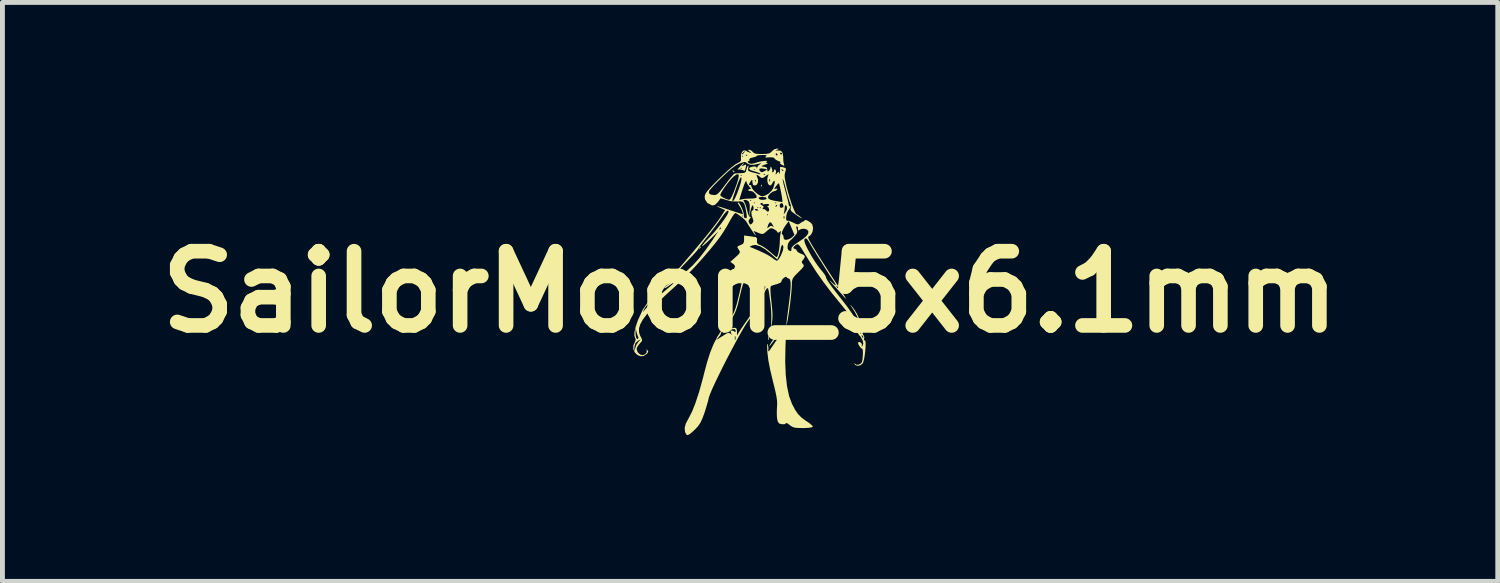
<source format=kicad_pcb>
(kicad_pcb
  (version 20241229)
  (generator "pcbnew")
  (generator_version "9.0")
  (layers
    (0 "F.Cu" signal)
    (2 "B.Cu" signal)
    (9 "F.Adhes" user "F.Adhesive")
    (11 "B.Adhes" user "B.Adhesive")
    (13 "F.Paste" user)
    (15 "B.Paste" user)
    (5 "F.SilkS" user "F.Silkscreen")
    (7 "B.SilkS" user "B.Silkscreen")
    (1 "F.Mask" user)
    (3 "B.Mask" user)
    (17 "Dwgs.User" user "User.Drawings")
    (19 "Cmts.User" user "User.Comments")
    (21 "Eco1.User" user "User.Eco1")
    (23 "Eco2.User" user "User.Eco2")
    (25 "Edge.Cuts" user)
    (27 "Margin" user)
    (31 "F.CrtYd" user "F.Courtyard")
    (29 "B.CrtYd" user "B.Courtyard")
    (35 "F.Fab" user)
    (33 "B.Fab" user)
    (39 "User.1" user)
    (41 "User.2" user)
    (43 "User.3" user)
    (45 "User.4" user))
  (footprint "SailorMoon_5x6.1mm"
    (layer "F.Cu")
    (at 12.344 2.94)
    (property "Reference" "SailorMoon_5x6.1mm" (at 0 0 0) (layer "F.SilkS") (effects (font (size 1.524 1.524) (thickness 0.3))))
    (attr board_only exclude_from_pos_files exclude_from_bom)
    (fp_poly (pts (xy 0.237 -2.198) (xy 0.24 -2.169) (xy 0.237 -2.166) (xy 0.222 -2.169) (xy 0.221 -2.182) (xy 0.23 -2.202)) (stroke (width 0) (type solid)) (fill yes) (layer "F.SilkS"))
    (fp_poly (pts (xy 0.409 0.804) (xy 0.412 0.843) (xy 0.407 0.851) (xy 0.396 0.844) (xy 0.394 0.819) (xy 0.4 0.793)) (stroke (width 0) (type solid)) (fill yes) (layer "F.SilkS"))
    (fp_poly (pts (xy 2.272 0.682) (xy 2.275 0.72) (xy 2.27 0.729) (xy 2.259 0.722) (xy 2.258 0.697) (xy 2.264 0.671)) (stroke (width 0) (type solid)) (fill yes) (layer "F.SilkS"))
    (fp_poly (pts (xy -0.347 -2.491) (xy -0.321 -2.468) (xy -0.319 -2.463) (xy -0.33 -2.452) (xy -0.355 -2.475) (xy -0.358 -2.48) (xy -0.361 -2.497)) (stroke (width 0) (type solid)) (fill yes) (layer "F.SilkS"))
    (fp_poly (pts (xy -1.013 -0.916) (xy -1.017 -0.907) (xy -1.041 -0.884) (xy -1.045 -0.883) (xy -1.047 -0.898) (xy -1.042 -0.907) (xy -1.019 -0.931) (xy -1.015 -0.932)) (stroke (width 0) (type solid)) (fill yes) (layer "F.SilkS"))
    (fp_poly (pts (xy 0.384 0.91) (xy 0.385 0.914) (xy 0.388 0.967) (xy 0.384 0.987) (xy 0.376 0.988) (xy 0.373 0.95) (xy 0.373 0.944) (xy 0.376 0.906)) (stroke (width 0) (type solid)) (fill yes) (layer "F.SilkS"))
    (fp_poly (pts (xy -1.543 -0.221) (xy -1.585 -0.184) (xy -1.628 -0.151) (xy -1.705 -0.099) (xy -1.749 -0.075) (xy -1.765 -0.079) (xy -1.765 -0.082) (xy -1.747 -0.101) (xy -1.702 -0.136) (xy -1.644 -0.176) (xy -1.586 -0.213) (xy -1.544 -0.236) (xy -1.531 -0.24)) (stroke (width 0) (type solid)) (fill yes) (layer "F.SilkS"))
    (fp_poly (pts (xy 2.063 0.27) (xy 2.097 0.308) (xy 2.106 0.319) (xy 2.152 0.382) (xy 2.196 0.457) (xy 2.231 0.532) (xy 2.251 0.593) (xy 2.25 0.627) (xy 2.249 0.627) (xy 2.236 0.616) (xy 2.22 0.571) (xy 2.219 0.566) (xy 2.197 0.504) (xy 2.155 0.423) (xy 2.117 0.362) (xy 2.073 0.294) (xy 2.055 0.265)) (stroke (width 0) (type solid)) (fill yes) (layer "F.SilkS"))
    (fp_poly (pts (xy -0.124 -2.643) (xy -0.148 -2.61) (xy -0.15 -2.607) (xy -0.17 -2.58) (xy -0.156 -2.582) (xy -0.128 -2.596) (xy -0.089 -2.613) (xy -0.08 -2.599) (xy -0.088 -2.557) (xy -0.101 -2.507) (xy -0.108 -2.485) (xy -0.129 -2.49) (xy -0.168 -2.504) (xy -0.222 -2.514) (xy -0.254 -2.508) (xy -0.256 -2.513) (xy -0.237 -2.538) (xy -0.196 -2.538) (xy -0.184 -2.525) (xy -0.172 -2.538) (xy -0.184 -2.55) (xy -0.196 -2.538) (xy -0.237 -2.538) (xy -0.231 -2.545) (xy -0.208 -2.569) (xy -0.159 -2.619) (xy -0.129 -2.645)) (stroke (width 0) (type solid)) (fill yes) (layer "F.SilkS"))
    (fp_poly (pts (xy 0.725 0.752) (xy 0.732 0.773) (xy 0.736 0.819) (xy 0.735 0.895) (xy 0.731 1.009) (xy 0.726 1.131) (xy 0.721 1.433) (xy 0.732 1.705) (xy 0.759 1.941) (xy 0.801 2.139) (xy 0.858 2.293) (xy 0.858 2.295) (xy 0.923 2.418) (xy 0.984 2.508) (xy 1.055 2.58) (xy 1.146 2.647) (xy 1.168 2.661) (xy 1.234 2.708) (xy 1.277 2.748) (xy 1.287 2.771) (xy 1.257 2.782) (xy 1.191 2.791) (xy 1.102 2.795) (xy 1.079 2.795) (xy 0.978 2.793) (xy 0.911 2.786) (xy 0.863 2.768) (xy 0.819 2.738) (xy 0.811 2.732) (xy 0.765 2.698) (xy 0.738 2.691) (xy 0.736 2.696) (xy 0.714 2.715) (xy 0.657 2.717) (xy 0.601 2.704) (xy 0.572 2.67) (xy 0.558 2.623) (xy 0.55 2.553) (xy 0.548 2.457) (xy 0.552 2.375) (xy 0.556 2.305) (xy 0.554 2.236) (xy 0.543 2.157) (xy 0.523 2.058) (xy 0.493 1.93) (xy 0.466 1.823) (xy 0.412 1.598) (xy 0.375 1.404) (xy 0.356 1.248) (xy 0.354 1.226) (xy 0.351 1.128) (xy 0.353 1.075) (xy 0.361 1.069) (xy 0.365 1.079) (xy 0.377 1.151) (xy 0.374 1.201) (xy 0.375 1.224) (xy 0.395 1.208) (xy 0.435 1.15) (xy 0.442 1.14) (xy 0.523 1.02) (xy 0.593 0.928) (xy 0.601 0.919) (xy 0.637 0.919) (xy 0.65 0.932) (xy 0.662 0.919) (xy 0.65 0.907) (xy 0.637 0.919) (xy 0.601 0.919) (xy 0.647 0.869) (xy 0.682 0.846) (xy 0.689 0.847) (xy 0.71 0.844) (xy 0.711 0.836) (xy 0.699 0.801) (xy 0.665 0.806) (xy 0.612 0.851) (xy 0.54 0.932) (xy 0.469 1.027) (xy 0.421 1.09) (xy 0.396 1.115) (xy 0.397 1.101) (xy 0.427 1.049) (xy 0.445 1.021) (xy 0.51 0.935) (xy 0.583 0.853) (xy 0.652 0.787) (xy 0.696 0.755) (xy 0.713 0.748)) (stroke (width 0) (type solid)) (fill yes) (layer "F.SilkS"))
    (fp_poly (pts (xy 0.585 -2.937) (xy 0.575 -2.927) (xy 0.552 -2.916) (xy 0.524 -2.9) (xy 0.539 -2.898) (xy 0.571 -2.902) (xy 0.633 -2.895) (xy 0.669 -2.851) (xy 0.681 -2.766) (xy 0.68 -2.744) (xy 0.684 -2.674) (xy 0.696 -2.62) (xy 0.696 -2.619) (xy 0.704 -2.591) (xy 0.685 -2.592) (xy 0.654 -2.606) (xy 0.615 -2.633) (xy 0.62 -2.652) (xy 0.621 -2.669) (xy 0.583 -2.685) (xy 0.53 -2.709) (xy 0.505 -2.735) (xy 0.475 -2.758) (xy 0.407 -2.762) (xy 0.388 -2.76) (xy 0.327 -2.757) (xy 0.307 -2.763) (xy 0.323 -2.78) (xy 0.325 -2.781) (xy 0.341 -2.799) (xy 0.324 -2.807) (xy 0.266 -2.809) (xy 0.246 -2.809) (xy 0.18 -2.805) (xy 0.141 -2.797) (xy 0.137 -2.792) (xy 0.122 -2.777) (xy 0.074 -2.762) (xy 0.059 -2.759) (xy -0.00015 -2.742) (xy -0.017 -2.717) (xy -0.015 -2.706) (xy -0.014 -2.682) (xy -0.025 -2.685) (xy -0.047 -2.682) (xy -0.049 -2.673) (xy -0.029 -2.64) (xy 0.023 -2.628) (xy 0.093 -2.64) (xy 0.108 -2.646) (xy 0.167 -2.665) (xy 0.234 -2.679) (xy 0.295 -2.688) (xy 0.338 -2.689) (xy 0.352 -2.681) (xy 0.343 -2.672) (xy 0.322 -2.654) (xy 0.346 -2.647) (xy 0.356 -2.646) (xy 0.367 -2.639) (xy 0.336 -2.622) (xy 0.306 -2.612) (xy 0.247 -2.59) (xy 0.236 -2.577) (xy 0.271 -2.569) (xy 0.306 -2.566) (xy 0.346 -2.546) (xy 0.353 -2.511) (xy 0.294 -2.526) (xy 0.227 -2.535) (xy 0.19 -2.524) (xy 0.192 -2.494) (xy 0.199 -2.486) (xy 0.225 -2.458) (xy 0.252 -2.457) (xy 0.301 -2.48) (xy 0.302 -2.481) (xy 0.353 -2.509) (xy 0.354 -2.507) (xy 0.358 -2.471) (xy 0.379 -2.476) (xy 0.384 -2.48) (xy 0.414 -2.525) (xy 0.418 -2.547) (xy 0.421 -2.572) (xy 0.437 -2.555) (xy 0.443 -2.543) (xy 0.458 -2.497) (xy 0.453 -2.476) (xy 0.456 -2.454) (xy 0.464 -2.452) (xy 0.487 -2.472) (xy 0.49 -2.49) (xy 0.503 -2.515) (xy 0.517 -2.512) (xy 0.533 -2.478) (xy 0.53 -2.443) (xy 0.523 -2.407) (xy 0.535 -2.414) (xy 0.551 -2.435) (xy 0.577 -2.466) (xy 0.589 -2.457) (xy 0.596 -2.435) (xy 0.605 -2.42) (xy 0.612 -2.452) (xy 0.613 -2.464) (xy 0.616 -2.518) (xy 0.641 -2.518) (xy 0.647 -2.505) (xy 0.672 -2.478) (xy 0.686 -2.484) (xy 0.686 -2.487) (xy 0.669 -2.508) (xy 0.658 -2.515) (xy 0.641 -2.518) (xy 0.616 -2.518) (xy 0.616 -2.523) (xy 0.615 -2.558) (xy 0.632 -2.565) (xy 0.673 -2.559) (xy 0.716 -2.545) (xy 0.734 -2.534) (xy 0.735 -2.506) (xy 0.72 -2.455) (xy 0.71 -2.409) (xy 0.711 -2.348) (xy 0.726 -2.261) (xy 0.75 -2.153) (xy 0.781 -2.038) (xy 0.817 -1.919) (xy 0.854 -1.805) (xy 0.891 -1.708) (xy 0.923 -1.635) (xy 0.946 -1.597) (xy 0.953 -1.593) (xy 0.981 -1.579) (xy 1.027 -1.544) (xy 1.03 -1.542) (xy 1.062 -1.513) (xy 1.059 -1.508) (xy 1.025 -1.527) (xy 0.965 -1.566) (xy 0.914 -1.602) (xy 0.851 -1.652) (xy 0.829 -1.687) (xy 0.834 -1.705) (xy 0.843 -1.751) (xy 0.823 -1.82) (xy 0.8 -1.884) (xy 0.771 -1.978) (xy 0.742 -2.085) (xy 0.733 -2.118) (xy 0.709 -2.211) (xy 0.688 -2.28) (xy 0.673 -2.317) (xy 0.669 -2.32) (xy 0.671 -2.293) (xy 0.683 -2.23) (xy 0.705 -2.14) (xy 0.725 -2.068) (xy 0.753 -1.962) (xy 0.776 -1.871) (xy 0.79 -1.807) (xy 0.793 -1.785) (xy 0.804 -1.756) (xy 0.814 -1.756) (xy 0.833 -1.759) (xy 0.824 -1.731) (xy 0.79 -1.68) (xy 0.784 -1.673) (xy 0.76 -1.627) (xy 0.745 -1.568) (xy 0.739 -1.511) (xy 0.744 -1.47) (xy 0.761 -1.46) (xy 0.764 -1.461) (xy 0.795 -1.458) (xy 0.853 -1.436) (xy 0.884 -1.421) (xy 0.948 -1.391) (xy 0.987 -1.384) (xy 1.016 -1.398) (xy 1.028 -1.408) (xy 1.074 -1.439) (xy 1.101 -1.447) (xy 1.12 -1.46) (xy 1.117 -1.469) (xy 1.126 -1.477) (xy 1.168 -1.467) (xy 1.175 -1.464) (xy 1.236 -1.428) (xy 1.276 -1.383) (xy 1.293 -1.313) (xy 1.282 -1.235) (xy 1.249 -1.172) (xy 1.223 -1.151) (xy 1.198 -1.134) (xy 1.192 -1.112) (xy 1.208 -1.072) (xy 1.242 -1.01) (xy 1.297 -0.918) (xy 1.374 -0.793) (xy 1.468 -0.643) (xy 1.574 -0.478) (xy 1.686 -0.304) (xy 1.799 -0.13) (xy 1.844 -0.061) (xy 1.906 0.034) (xy 1.947 0.101) (xy 1.966 0.138) (xy 1.961 0.14) (xy 1.946 0.123) (xy 1.883 0.051) (xy 1.803 -0.04) (xy 1.734 -0.116) (xy 1.769 -0.116) (xy 1.775 -0.102) (xy 1.8 -0.076) (xy 1.814 -0.081) (xy 1.814 -0.084) (xy 1.797 -0.105) (xy 1.786 -0.113) (xy 1.769 -0.116) (xy 1.734 -0.116) (xy 1.72 -0.131) (xy 1.705 -0.147) (xy 1.652 -0.206) (xy 1.628 -0.235) (xy 1.636 -0.232) (xy 1.662 -0.21) (xy 1.725 -0.153) (xy 1.757 -0.132) (xy 1.757 -0.149) (xy 1.726 -0.203) (xy 1.694 -0.251) (xy 1.639 -0.334) (xy 1.569 -0.442) (xy 1.491 -0.566) (xy 1.411 -0.693) (xy 1.337 -0.813) (xy 1.274 -0.915) (xy 1.231 -0.989) (xy 1.225 -0.999) (xy 1.18 -1.072) (xy 1.146 -1.1) (xy 1.121 -1.087) (xy 1.113 -1.069) (xy 1.117 -1.026) (xy 1.145 -0.952) (xy 1.192 -0.857) (xy 1.252 -0.749) (xy 1.32 -0.638) (xy 1.392 -0.533) (xy 1.462 -0.443) (xy 1.474 -0.43) (xy 1.52 -0.372) (xy 1.549 -0.325) (xy 1.554 -0.313) (xy 1.563 -0.282) (xy 1.583 -0.242) (xy 1.618 -0.188) (xy 1.671 -0.113) (xy 1.747 -0.013) (xy 1.85 0.119) (xy 1.864 0.136) (xy 1.993 0.303) (xy 2.091 0.441) (xy 2.162 0.556) (xy 2.211 0.653) (xy 2.24 0.741) (xy 2.242 0.747) (xy 2.257 0.792) (xy 2.273 0.794) (xy 2.281 0.783) (xy 2.298 0.769) (xy 2.304 0.798) (xy 2.304 0.814) (xy 2.313 0.868) (xy 2.33 0.895) (xy 2.344 0.928) (xy 2.34 0.961) (xy 2.335 0.996) (xy 2.353 0.994) (xy 2.365 1.006) (xy 2.371 1.054) (xy 2.37 1.128) (xy 2.363 1.216) (xy 2.352 1.307) (xy 2.338 1.388) (xy 2.321 1.448) (xy 2.313 1.466) (xy 2.271 1.503) (xy 2.216 1.517) (xy 2.167 1.507) (xy 2.143 1.477) (xy 2.144 1.462) (xy 2.149 1.47) (xy 2.184 1.496) (xy 2.235 1.492) (xy 2.28 1.466) (xy 2.296 1.44) (xy 2.307 1.39) (xy 2.313 1.322) (xy 2.316 1.252) (xy 2.313 1.196) (xy 2.305 1.167) (xy 2.301 1.167) (xy 2.279 1.156) (xy 2.249 1.12) (xy 2.223 1.075) (xy 2.214 1.042) (xy 2.216 1.037) (xy 2.25 1.029) (xy 2.283 1.051) (xy 2.296 1.088) (xy 2.293 1.097) (xy 2.287 1.125) (xy 2.306 1.112) (xy 2.306 1.111) (xy 2.324 1.062) (xy 2.31 0.994) (xy 2.268 0.921) (xy 2.24 0.89) (xy 2.237 0.885) (xy 2.287 0.885) (xy 2.292 0.91) (xy 2.294 0.914) (xy 2.313 0.944) (xy 2.324 0.945) (xy 2.322 0.919) (xy 2.308 0.901) (xy 2.287 0.885) (xy 2.237 0.885) (xy 2.21 0.846) (xy 2.256 0.846) (xy 2.268 0.858) (xy 2.28 0.846) (xy 2.268 0.834) (xy 2.256 0.846) (xy 2.21 0.846) (xy 2.194 0.824) (xy 2.191 0.778) (xy 2.193 0.736) (xy 2.177 0.683) (xy 2.14 0.615) (xy 2.079 0.525) (xy 1.992 0.411) (xy 1.875 0.266) (xy 1.831 0.213) (xy 1.656 -0.003) (xy 1.502 -0.207) (xy 1.357 -0.413) (xy 1.211 -0.64) (xy 1.128 -0.774) (xy 1.067 -0.873) (xy 1.025 -0.936) (xy 0.996 -0.969) (xy 0.973 -0.978) (xy 0.95 -0.97) (xy 0.937 -0.962) (xy 0.893 -0.922) (xy 0.887 -0.894) (xy 0.919 -0.883) (xy 0.952 -0.864) (xy 0.956 -0.848) (xy 0.977 -0.818) (xy 1.029 -0.789) (xy 1.042 -0.785) (xy 1.106 -0.755) (xy 1.125 -0.72) (xy 1.099 -0.671) (xy 1.087 -0.657) (xy 1.059 -0.619) (xy 1.067 -0.591) (xy 1.084 -0.572) (xy 1.101 -0.549) (xy 1.099 -0.524) (xy 1.073 -0.487) (xy 1.018 -0.43) (xy 0.991 -0.404) (xy 0.923 -0.335) (xy 0.883 -0.285) (xy 0.864 -0.239) (xy 0.858 -0.183) (xy 0.858 -0.154) (xy 0.854 -0.074) (xy 0.844 0.04) (xy 0.83 0.175) (xy 0.812 0.315) (xy 0.793 0.448) (xy 0.775 0.56) (xy 0.759 0.637) (xy 0.759 0.637) (xy 0.746 0.685) (xy 0.742 0.69) (xy 0.745 0.651) (xy 0.75 0.613) (xy 0.758 0.542) (xy 0.772 0.438) (xy 0.787 0.318) (xy 0.798 0.234) (xy 0.821 0.046) (xy 0.832 -0.096) (xy 0.832 -0.195) (xy 0.82 -0.252) (xy 0.799 -0.27) (xy 0.761 -0.288) (xy 0.753 -0.3) (xy 0.732 -0.309) (xy 0.697 -0.291) (xy 0.662 -0.257) (xy 0.644 -0.222) (xy 0.645 -0.212) (xy 0.627 -0.19) (xy 0.575 -0.167) (xy 0.552 -0.16) (xy 0.484 -0.14) (xy 0.435 -0.122) (xy 0.428 -0.118) (xy 0.418 -0.089) (xy 0.418 -0.017) (xy 0.427 0.099) (xy 0.438 0.203) (xy 0.454 0.356) (xy 0.461 0.473) (xy 0.458 0.565) (xy 0.448 0.64) (xy 0.422 0.772) (xy 0.435 0.61) (xy 0.437 0.506) (xy 0.432 0.379) (xy 0.421 0.252) (xy 0.418 0.23) (xy 0.399 0.085) (xy 0.384 -0.013) (xy 0.37 -0.067) (xy 0.351 -0.078) (xy 0.326 -0.047) (xy 0.289 0.022) (xy 0.238 0.129) (xy 0.232 0.141) (xy 0.164 0.271) (xy 0.084 0.409) (xy 0.005 0.534) (xy -0.043 0.603) (xy -0.092 0.675) (xy -0.155 0.781) (xy -0.23 0.913) (xy -0.313 1.065) (xy -0.4 1.23) (xy -0.489 1.4) (xy -0.575 1.57) (xy -0.655 1.733) (xy -0.726 1.881) (xy -0.784 2.008) (xy -0.825 2.107) (xy -0.847 2.171) (xy -0.848 2.178) (xy -0.863 2.242) (xy -0.89 2.335) (xy -0.923 2.443) (xy -0.938 2.489) (xy -0.981 2.604) (xy -1.021 2.688) (xy -1.067 2.756) (xy -1.129 2.823) (xy -1.132 2.826) (xy -1.197 2.885) (xy -1.252 2.927) (xy -1.285 2.942) (xy -1.314 2.921) (xy -1.336 2.87) (xy -1.336 2.869) (xy -1.342 2.789) (xy -1.32 2.705) (xy -1.267 2.605) (xy -1.264 2.599) (xy -1.194 2.465) (xy -1.122 2.284) (xy -1.048 2.059) (xy -0.973 1.791) (xy -0.945 1.679) (xy -0.882 1.442) (xy -0.819 1.245) (xy -0.751 1.076) (xy -0.707 0.99) (xy -0.699 0.99) (xy -0.631 0.949) (xy -0.624 0.944) (xy -0.314 0.944) (xy -0.311 0.986) (xy -0.304 0.989) (xy -0.303 0.987) (xy -0.298 0.939) (xy -0.302 0.914) (xy -0.31 0.904) (xy -0.314 0.936) (xy -0.314 0.944) (xy -0.624 0.944) (xy -0.561 0.904) (xy -0.502 0.867) (xy -0.453 0.842) (xy -0.417 0.848) (xy -0.398 0.861) (xy -0.369 0.882) (xy -0.375 0.87) (xy -0.387 0.854) (xy -0.402 0.813) (xy -0.383 0.792) (xy -0.343 0.801) (xy -0.33 0.81) (xy -0.302 0.826) (xy -0.294 0.801) (xy -0.294 0.8) (xy -0.311 0.766) (xy -0.36 0.766) (xy -0.445 0.799) (xy -0.467 0.81) (xy -0.525 0.837) (xy -0.559 0.848) (xy -0.564 0.847) (xy -0.543 0.826) (xy -0.493 0.798) (xy -0.428 0.768) (xy -0.365 0.745) (xy -0.32 0.736) (xy -0.32 0.736) (xy -0.284 0.746) (xy -0.271 0.785) (xy -0.269 0.815) (xy -0.269 0.895) (xy -0.214 0.805) (xy -0.174 0.744) (xy -0.116 0.658) (xy -0.049 0.565) (xy -0.029 0.536) (xy 0.023 0.459) (xy 0.082 0.363) (xy 0.142 0.257) (xy 0.2 0.15) (xy 0.25 0.051) (xy 0.289 -0.032) (xy 0.311 -0.09) (xy 0.313 -0.112) (xy 0.285 -0.121) (xy 0.224 -0.132) (xy 0.182 -0.138) (xy 0.103 -0.153) (xy 0.042 -0.174) (xy 0.025 -0.184) (xy -0.03 -0.214) (xy -0.066 -0.227) (xy -0.092 -0.23) (xy -0.113 -0.221) (xy -0.132 -0.194) (xy -0.151 -0.141) (xy -0.175 -0.056) (xy -0.205 0.068) (xy -0.219 0.128) (xy -0.253 0.268) (xy -0.287 0.375) (xy -0.326 0.463) (xy -0.378 0.547) (xy -0.449 0.642) (xy -0.474 0.673) (xy -0.533 0.75) (xy -0.577 0.812) (xy -0.599 0.849) (xy -0.599 0.855) (xy -0.606 0.879) (xy -0.638 0.922) (xy -0.643 0.929) (xy -0.699 0.99) (xy -0.707 0.99) (xy -0.675 0.927) (xy -0.585 0.788) (xy -0.499 0.674) (xy -0.431 0.587) (xy -0.379 0.512) (xy -0.339 0.439) (xy -0.306 0.356) (xy -0.274 0.252) (xy -0.24 0.116) (xy -0.223 0.047) (xy -0.194 -0.08) (xy -0.177 -0.167) (xy -0.171 -0.222) (xy -0.175 -0.251) (xy -0.187 -0.262) (xy -0.215 -0.294) (xy -0.221 -0.32) (xy -0.241 -0.366) (xy -0.276 -0.395) (xy -0.325 -0.422) (xy -0.34 -0.442) (xy -0.328 -0.474) (xy -0.321 -0.487) (xy -0.308 -0.529) (xy -0.333 -0.563) (xy -0.349 -0.576) (xy -0.405 -0.616) (xy -0.299 -0.711) (xy -0.24 -0.765) (xy -0.213 -0.8) (xy -0.211 -0.829) (xy -0.231 -0.864) (xy -0.234 -0.869) (xy -0.26 -0.913) (xy -0.257 -0.924) (xy -0.011 -0.924) (xy 0.05 -0.901) (xy 0.176 -0.848) (xy 0.296 -0.792) (xy 0.396 -0.738) (xy 0.458 -0.696) (xy 0.51 -0.658) (xy 0.549 -0.639) (xy 0.553 -0.638) (xy 0.577 -0.658) (xy 0.612 -0.709) (xy 0.633 -0.748) (xy 0.674 -0.851) (xy 0.68 -0.89) (xy 0.77 -0.89) (xy 0.788 -0.855) (xy 0.833 -0.835) (xy 0.849 -0.853) (xy 0.847 -0.879) (xy 0.856 -0.915) (xy 0.899 -0.959) (xy 0.98 -1.015) (xy 1.089 -1.089) (xy 1.159 -1.149) (xy 1.193 -1.199) (xy 1.197 -1.242) (xy 1.169 -1.278) (xy 1.114 -1.296) (xy 1.052 -1.291) (xy 1.015 -1.273) (xy 0.987 -1.257) (xy 0.982 -1.265) (xy 0.983 -1.32) (xy 0.962 -1.348) (xy 0.957 -1.348) (xy 0.946 -1.329) (xy 0.958 -1.283) (xy 0.969 -1.235) (xy 0.954 -1.192) (xy 0.914 -1.143) (xy 0.864 -1.09) (xy 0.824 -1.053) (xy 0.817 -1.048) (xy 0.787 -1.008) (xy 0.77 -0.948) (xy 0.77 -0.89) (xy 0.68 -0.89) (xy 0.685 -0.925) (xy 0.666 -0.966) (xy 0.665 -0.967) (xy 0.648 -0.954) (xy 0.632 -0.906) (xy 0.628 -0.883) (xy 0.611 -0.803) (xy 0.588 -0.732) (xy 0.585 -0.725) (xy 0.557 -0.664) (xy 0.432 -0.777) (xy 0.311 -0.874) (xy 0.203 -0.937) (xy 0.111 -0.964) (xy 0.044 -0.953) (xy -0.011 -0.924) (xy -0.257 -0.924) (xy -0.253 -0.936) (xy -0.207 -0.956) (xy -0.199 -0.959) (xy -0.146 -0.985) (xy -0.126 -1.024) (xy -0.123 -1.071) (xy -0.123 -1.157) (xy -0.018 -1.143) (xy 0.054 -1.133) (xy 0.109 -1.125) (xy 0.119 -1.124) (xy 0.142 -1.099) (xy 0.142 -1.053) (xy 0.142 -1.005) (xy 0.171 -0.975) (xy 0.212 -0.958) (xy 0.272 -0.926) (xy 0.349 -0.873) (xy 0.413 -0.82) (xy 0.476 -0.765) (xy 0.523 -0.726) (xy 0.545 -0.711) (xy 0.562 -0.733) (xy 0.58 -0.79) (xy 0.595 -0.869) (xy 0.606 -0.955) (xy 0.61 -1.024) (xy 0.613 -1.11) (xy 0.622 -1.182) (xy 0.624 -1.193) (xy 0.65 -1.193) (xy 0.664 -1.177) (xy 0.682 -1.156) (xy 0.686 -1.121) (xy 0.697 -1.079) (xy 0.737 -1.067) (xy 0.749 -1.068) (xy 0.813 -1.087) (xy 0.861 -1.12) (xy 0.911 -1.17) (xy 0.852 -1.31) (xy 0.793 -1.45) (xy 0.731 -1.368) (xy 0.687 -1.3) (xy 0.659 -1.238) (xy 0.65 -1.193) (xy 0.624 -1.193) (xy 0.627 -1.208) (xy 0.636 -1.245) (xy 0.621 -1.242) (xy 0.604 -1.229) (xy 0.572 -1.211) (xy 0.564 -1.222) (xy 0.544 -1.251) (xy 0.497 -1.284) (xy 0.494 -1.285) (xy 0.448 -1.305) (xy 0.413 -1.302) (xy 0.371 -1.271) (xy 0.344 -1.248) (xy 0.292 -1.203) (xy 0.254 -1.187) (xy 0.209 -1.196) (xy 0.168 -1.212) (xy 0.072 -1.251) (xy 0.1 -1.195) (xy 0.116 -1.16) (xy 0.111 -1.157) (xy 0.091 -1.183) (xy 0.054 -1.237) (xy 0.009 -1.304) (xy -0.000228 -1.319) (xy 0.354 -1.319) (xy 0.358 -1.308) (xy 0.385 -1.329) (xy 0.388 -1.332) (xy 0.428 -1.358) (xy 0.461 -1.345) (xy 0.464 -1.342) (xy 0.484 -1.327) (xy 0.478 -1.347) (xy 0.469 -1.365) (xy 0.433 -1.42) (xy 0.403 -1.428) (xy 0.377 -1.387) (xy 0.37 -1.369) (xy 0.354 -1.319) (xy -0.000228 -1.319) (xy -0.034 -1.371) (xy -0.067 -1.424) (xy -0.079 -1.445) (xy -0.089 -1.456) (xy -0.032 -1.456) (xy -0.02 -1.413) (xy 0.003 -1.382) (xy 0.029 -1.392) (xy 0.044 -1.406) (xy 0.068 -1.444) (xy 0.061 -1.491) (xy 0.053 -1.508) (xy 0.045 -1.534) (xy 0.688 -1.534) (xy 0.693 -1.503) (xy 0.701 -1.502) (xy 0.707 -1.535) (xy 0.703 -1.549) (xy 0.692 -1.558) (xy 0.688 -1.534) (xy 0.045 -1.534) (xy 0.03 -1.577) (xy 0.03 -1.581) (xy 0.343 -1.581) (xy 0.356 -1.569) (xy 0.368 -1.581) (xy 0.356 -1.594) (xy 0.343 -1.581) (xy 0.03 -1.581) (xy 0.029 -1.597) (xy 0.689 -1.597) (xy 0.702 -1.606) (xy 0.721 -1.629) (xy 0.752 -1.683) (xy 0.76 -1.719) (xy 0.748 -1.764) (xy 0.736 -1.778) (xy 0.717 -1.769) (xy 0.711 -1.732) (xy 0.705 -1.665) (xy 0.697 -1.626) (xy 0.689 -1.597) (xy 0.029 -1.597) (xy 0.026 -1.634) (xy 0.041 -1.665) (xy 0.049 -1.667) (xy 0.068 -1.687) (xy 0.069 -1.691) (xy 0.098 -1.691) (xy 0.118 -1.67) (xy 0.135 -1.667) (xy 0.168 -1.672) (xy 0.172 -1.677) (xy 0.152 -1.693) (xy 0.135 -1.701) (xy 0.103 -1.701) (xy 0.098 -1.691) (xy 0.069 -1.691) (xy 0.073 -1.728) (xy 0.147 -1.728) (xy 0.159 -1.716) (xy 0.172 -1.728) (xy 0.196 -1.728) (xy 0.208 -1.716) (xy 0.221 -1.728) (xy 0.208 -1.741) (xy 0.196 -1.728) (xy 0.172 -1.728) (xy 0.159 -1.741) (xy 0.147 -1.728) (xy 0.073 -1.728) (xy 0.073 -1.729) (xy 0.06 -1.769) (xy 0.055 -1.776) (xy 0.04 -1.764) (xy 0.022 -1.716) (xy 0.008 -1.663) (xy -0.017 -1.552) (xy -0.012 -1.543) (xy 0.002 -1.54) (xy 0.018 -1.536) (xy -0.003 -1.506) (xy -0.005 -1.503) (xy -0.032 -1.456) (xy -0.089 -1.456) (xy -0.106 -1.476) (xy -0.156 -1.52) (xy -0.203 -1.557) (xy -0.172 -1.557) (xy -0.159 -1.545) (xy -0.147 -1.557) (xy -0.159 -1.569) (xy -0.172 -1.557) (xy -0.203 -1.557) (xy -0.215 -1.566) (xy -0.268 -1.603) (xy -0.301 -1.618) (xy -0.301 -1.618) (xy -0.326 -1.598) (xy -0.364 -1.544) (xy -0.408 -1.468) (xy -0.413 -1.459) (xy -0.471 -1.356) (xy -0.542 -1.239) (xy -0.612 -1.134) (xy -0.708 -1.007) (xy -0.83 -0.858) (xy -0.969 -0.696) (xy -1.116 -0.532) (xy -1.262 -0.378) (xy -1.397 -0.242) (xy -1.485 -0.16) (xy -1.698 0.033) (xy -1.874 0.2) (xy -2.016 0.344) (xy -2.125 0.467) (xy -2.204 0.573) (xy -2.254 0.666) (xy -2.279 0.748) (xy -2.28 0.822) (xy -2.26 0.892) (xy -2.24 0.93) (xy -2.217 0.977) (xy -2.22 1.01) (xy -2.255 1.051) (xy -2.265 1.061) (xy -2.308 1.117) (xy -2.329 1.168) (xy -2.329 1.174) (xy -2.308 1.237) (xy -2.258 1.285) (xy -2.208 1.299) (xy -2.156 1.283) (xy -2.123 1.244) (xy -2.12 1.2) (xy -2.122 1.196) (xy -2.13 1.177) (xy -2.108 1.194) (xy -2.108 1.195) (xy -2.09 1.224) (xy -2.107 1.259) (xy -2.12 1.274) (xy -2.184 1.317) (xy -2.252 1.321) (xy -2.316 1.293) (xy -2.366 1.242) (xy -2.396 1.175) (xy -2.396 1.173) (xy -2.375 1.173) (xy -2.371 1.214) (xy -2.367 1.211) (xy -2.36 1.165) (xy -2.336 1.092) (xy -2.297 1.033) (xy -2.243 0.974) (xy -2.296 1.001) (xy -2.352 1.05) (xy -2.374 1.126) (xy -2.375 1.173) (xy -2.396 1.173) (xy -2.395 1.1) (xy -2.368 1.04) (xy -2.347 0.982) (xy -2.355 0.955) (xy -2.375 0.899) (xy -2.372 0.825) (xy -2.351 0.825) (xy -2.347 0.904) (xy -2.331 0.955) (xy -2.307 0.969) (xy -2.302 0.967) (xy -2.291 0.937) (xy -2.296 0.926) (xy -2.313 0.884) (xy -2.331 0.823) (xy -2.349 0.748) (xy -2.351 0.825) (xy -2.372 0.825) (xy -2.372 0.821) (xy -2.347 0.714) (xy -2.304 0.586) (xy -2.222 0.409) (xy -2.199 0.409) (xy -2.194 0.409) (xy -2.17 0.38) (xy -2.129 0.331) (xy -2.073 0.269) (xy -2.054 0.249) (xy -2.005 0.201) (xy -1.928 0.132) (xy -1.834 0.051) (xy -1.737 -0.03) (xy -1.647 -0.106) (xy -1.575 -0.171) (xy -1.526 -0.22) (xy -1.508 -0.245) (xy -1.509 -0.246) (xy -1.498 -0.271) (xy -1.487 -0.282) (xy -1.447 -0.282) (xy -1.434 -0.27) (xy -1.422 -0.282) (xy -1.434 -0.294) (xy -1.447 -0.282) (xy -1.487 -0.282) (xy -1.458 -0.309) (xy -1.441 -0.322) (xy -1.301 -0.429) (xy -1.171 -0.549) (xy -1.043 -0.691) (xy -0.911 -0.862) (xy -0.766 -1.07) (xy -0.761 -1.079) (xy -0.655 -1.238) (xy -0.813 -1.085) (xy -0.903 -0.999) (xy -0.961 -0.95) (xy -0.987 -0.935) (xy -0.978 -0.955) (xy -0.936 -1.007) (xy -0.86 -1.09) (xy -0.829 -1.122) (xy -0.748 -1.21) (xy -0.692 -1.276) (xy -0.631 -1.276) (xy -0.628 -1.275) (xy -0.606 -1.292) (xy -0.601 -1.299) (xy -0.594 -1.322) (xy -0.598 -1.324) (xy -0.62 -1.307) (xy -0.625 -1.299) (xy -0.631 -1.276) (xy -0.692 -1.276) (xy -0.665 -1.309) (xy -0.586 -1.41) (xy -0.519 -1.503) (xy -0.469 -1.581) (xy -0.443 -1.635) (xy -0.441 -1.646) (xy -0.453 -1.669) (xy -0.485 -1.65) (xy -0.536 -1.592) (xy -0.592 -1.514) (xy -0.65 -1.431) (xy -0.729 -1.326) (xy -0.816 -1.211) (xy -0.887 -1.122) (xy -0.958 -1.031) (xy -1.015 -0.957) (xy -1.052 -0.905) (xy -1.063 -0.883) (xy -1.063 -0.883) (xy -1.073 -0.866) (xy -1.111 -0.821) (xy -1.172 -0.754) (xy -1.25 -0.672) (xy -1.265 -0.656) (xy -1.395 -0.519) (xy -1.512 -0.392) (xy -1.613 -0.28) (xy -1.692 -0.188) (xy -1.746 -0.12) (xy -1.771 -0.08) (xy -1.772 -0.073) (xy -1.787 -0.05) (xy -1.833 -0.006) (xy -1.898 0.047) (xy -1.899 0.048) (xy -2.052 0.186) (xy -2.158 0.327) (xy -2.18 0.368) (xy -2.199 0.409) (xy -2.222 0.409) (xy -2.199 0.359) (xy -2.066 0.17) (xy -1.985 0.086) (xy -1.896 -0.002) (xy -1.784 -0.121) (xy -1.654 -0.263) (xy -1.512 -0.423) (xy -1.363 -0.594) (xy -1.213 -0.77) (xy -1.067 -0.944) (xy -0.93 -1.11) (xy -0.808 -1.262) (xy -0.706 -1.394) (xy -0.63 -1.498) (xy -0.607 -1.532) (xy -0.512 -1.679) (xy -0.605 -1.72) (xy -0.666 -1.749) (xy -0.683 -1.76) (xy -0.655 -1.755) (xy -0.582 -1.734) (xy -0.463 -1.695) (xy -0.417 -1.679) (xy -0.313 -1.645) (xy -0.228 -1.617) (xy -0.171 -1.599) (xy -0.153 -1.594) (xy -0.149 -1.612) (xy -0.164 -1.658) (xy -0.19 -1.716) (xy -0.223 -1.771) (xy -0.223 -1.771) (xy -0.249 -1.816) (xy -0.251 -1.838) (xy -0.248 -1.839) (xy -0.222 -1.818) (xy -0.19 -1.765) (xy -0.159 -1.698) (xy -0.136 -1.63) (xy -0.128 -1.579) (xy -0.129 -1.57) (xy -0.123 -1.527) (xy -0.099 -1.513) (xy -0.076 -1.512) (xy -0.067 -1.531) (xy -0.067 -1.532) (xy -0.022 -1.532) (xy -0.017 -1.552) (xy -0.019 -1.556) (xy -0.022 -1.532) (xy -0.067 -1.532) (xy -0.07 -1.581) (xy -0.079 -1.637) (xy -0.099 -1.746) (xy -0.122 -1.814) (xy -0.156 -1.849) (xy -0.205 -1.858) (xy -0.253 -1.854) (xy -0.389 -1.859) (xy -0.449 -1.875) (xy -0.365 -1.875) (xy -0.361 -1.865) (xy -0.352 -1.863) (xy -0.35 -1.863) (xy -0.332 -1.883) (xy -0.138 -1.883) (xy -0.129 -1.859) (xy -0.121 -1.849) (xy -0.098 -1.804) (xy -0.074 -1.73) (xy -0.06 -1.671) (xy -0.036 -1.584) (xy -0.019 -1.556) (xy -0.008 -1.673) (xy -0.006 -1.782) (xy -0.013 -1.808) (xy 0.206 -1.808) (xy 0.222 -1.79) (xy 0.243 -1.779) (xy 0.277 -1.753) (xy 0.27 -1.725) (xy 0.264 -1.718) (xy 0.25 -1.697) (xy 0.261 -1.7) (xy 0.297 -1.697) (xy 0.319 -1.679) (xy 0.36 -1.646) (xy 0.386 -1.656) (xy 0.392 -1.692) (xy 0.379 -1.732) (xy 0.362 -1.742) (xy 0.521 -1.742) (xy 0.524 -1.741) (xy 0.547 -1.758) (xy 0.552 -1.765) (xy 0.556 -1.781) (xy 0.608 -1.781) (xy 0.611 -1.736) (xy 0.642 -1.723) (xy 0.68 -1.738) (xy 0.686 -1.764) (xy 0.672 -1.809) (xy 0.642 -1.823) (xy 0.614 -1.801) (xy 0.608 -1.781) (xy 0.556 -1.781) (xy 0.558 -1.788) (xy 0.555 -1.79) (xy 0.532 -1.773) (xy 0.527 -1.765) (xy 0.521 -1.742) (xy 0.362 -1.742) (xy 0.362 -1.743) (xy 0.344 -1.748) (xy 0.362 -1.757) (xy 0.394 -1.78) (xy 0.386 -1.799) (xy 0.346 -1.805) (xy 0.316 -1.801) (xy 0.263 -1.795) (xy 0.254 -1.808) (xy 0.256 -1.811) (xy 0.255 -1.827) (xy 0.515 -1.827) (xy 0.527 -1.814) (xy 0.539 -1.827) (xy 0.527 -1.839) (xy 0.515 -1.827) (xy 0.255 -1.827) (xy 0.255 -1.828) (xy 0.231 -1.823) (xy 0.206 -1.808) (xy -0.013 -1.808) (xy -0.018 -1.827) (xy 0.074 -1.827) (xy 0.086 -1.814) (xy 0.098 -1.827) (xy 0.086 -1.839) (xy 0.074 -1.827) (xy -0.018 -1.827) (xy -0.025 -1.851) (xy -0.059 -1.876) (xy 0 -1.876) (xy 0.012 -1.863) (xy 0.025 -1.876) (xy 0.012 -1.888) (xy 0 -1.876) (xy -0.059 -1.876) (xy -0.069 -1.883) (xy -0.104 -1.888) (xy -0.138 -1.883) (xy -0.332 -1.883) (xy -0.33 -1.884) (xy -0.327 -1.891) (xy -0.22 -1.891) (xy -0.201 -1.891) (xy -0.165 -1.9) (xy -0.107 -1.91) (xy -0.026 -1.914) (xy 0.004 -1.914) (xy 0.075 -1.917) (xy 0.12 -1.928) (xy 0.173 -1.928) (xy 0.188 -1.904) (xy 0.225 -1.89) (xy 0.278 -1.889) (xy 0.324 -1.899) (xy 0.343 -1.918) (xy 0.321 -1.94) (xy 0.277 -1.947) (xy 0.368 -1.947) (xy 0.377 -1.915) (xy 0.413 -1.892) (xy 0.483 -1.873) (xy 0.534 -1.864) (xy 0.605 -1.852) (xy 0.653 -1.844) (xy 0.663 -1.842) (xy 0.664 -1.862) (xy 0.658 -1.92) (xy 0.644 -2.004) (xy 0.638 -2.035) (xy 0.62 -2.125) (xy 0.603 -2.193) (xy 0.591 -2.228) (xy 0.588 -2.23) (xy 0.567 -2.212) (xy 0.532 -2.169) (xy 0.529 -2.165) (xy 0.5 -2.122) (xy 0.5 -2.109) (xy 0.525 -2.116) (xy 0.557 -2.12) (xy 0.558 -2.102) (xy 0.528 -2.075) (xy 0.509 -2.071) (xy 0.46 -2.054) (xy 0.409 -2.014) (xy 0.373 -1.968) (xy 0.368 -1.947) (xy 0.277 -1.947) (xy 0.261 -1.949) (xy 0.257 -1.949) (xy 0.193 -1.944) (xy 0.173 -1.928) (xy 0.12 -1.928) (xy 0.125 -1.929) (xy 0.135 -1.938) (xy 0.132 -1.973) (xy 0.102 -2.017) (xy 0.06 -2.055) (xy 0.02 -2.07) (xy 0.012 -2.068) (xy -0.026 -2.073) (xy -0.036 -2.082) (xy -0.031 -2.104) (xy -0.009 -2.108) (xy 0.016 -2.113) (xy 0.008 -2.133) (xy -0.02 -2.165) (xy -0.041 -2.193) (xy -0.023 -2.193) (xy -0.003 -2.192) (xy 0 -2.194) (xy 0.021 -2.188) (xy 0.025 -2.169) (xy 0.044 -2.119) (xy 0.093 -2.06) (xy 0.156 -2.006) (xy 0.219 -1.969) (xy 0.253 -1.961) (xy 0.312 -1.977) (xy 0.378 -2.015) (xy 0.389 -2.024) (xy 0.441 -2.076) (xy 0.474 -2.126) (xy 0.477 -2.134) (xy 0.496 -2.201) (xy 0.504 -2.231) (xy 0.506 -2.27) (xy 0.495 -2.28) (xy 0.471 -2.26) (xy 0.458 -2.229) (xy 0.43 -2.189) (xy 0.4 -2.186) (xy 0.37 -2.214) (xy 0.354 -2.271) (xy 0.354 -2.294) (xy 0.394 -2.294) (xy 0.399 -2.263) (xy 0.407 -2.262) (xy 0.413 -2.295) (xy 0.409 -2.309) (xy 0.398 -2.319) (xy 0.394 -2.294) (xy 0.354 -2.294) (xy 0.355 -2.337) (xy 0.374 -2.395) (xy 0.378 -2.401) (xy 0.378 -2.411) (xy 0.347 -2.394) (xy 0.325 -2.379) (xy 0.273 -2.343) (xy 0.24 -2.336) (xy 0.21 -2.354) (xy 0.201 -2.362) (xy 0.157 -2.395) (xy 0.132 -2.4) (xy 0.135 -2.378) (xy 0.139 -2.372) (xy 0.164 -2.305) (xy 0.161 -2.241) (xy 0.133 -2.195) (xy 0.096 -2.182) (xy 0.06 -2.196) (xy 0.048 -2.245) (xy 0.048 -2.249) (xy 0.047 -2.28) (xy 0.098 -2.28) (xy 0.107 -2.26) (xy 0.114 -2.264) (xy 0.117 -2.293) (xy 0.114 -2.296) (xy 0.1 -2.293) (xy 0.098 -2.28) (xy 0.047 -2.28) (xy 0.046 -2.295) (xy 0.034 -2.297) (xy 0.011 -2.269) (xy -0.017 -2.222) (xy -0.023 -2.193) (xy -0.041 -2.193) (xy -0.058 -2.215) (xy -0.074 -2.255) (xy -0.074 -2.255) (xy -0.079 -2.279) (xy -0.097 -2.258) (xy -0.124 -2.194) (xy -0.16 -2.088) (xy -0.163 -2.078) (xy -0.19 -1.992) (xy -0.211 -1.926) (xy -0.22 -1.893) (xy -0.22 -1.891) (xy -0.327 -1.891) (xy -0.3 -1.94) (xy -0.266 -2.019) (xy -0.262 -2.029) (xy -0.217 -2.153) (xy -0.187 -2.252) (xy -0.175 -2.32) (xy -0.182 -2.352) (xy -0.187 -2.353) (xy -0.204 -2.331) (xy -0.231 -2.273) (xy -0.264 -2.19) (xy -0.277 -2.151) (xy -0.318 -2.031) (xy -0.345 -1.95) (xy -0.36 -1.901) (xy -0.365 -1.875) (xy -0.449 -1.875) (xy -0.484 -1.885) (xy -0.554 -1.907) (xy -0.601 -1.917) (xy -0.613 -1.915) (xy -0.627 -1.888) (xy -0.663 -1.842) (xy -0.673 -1.831) (xy -0.723 -1.784) (xy -0.768 -1.774) (xy -0.789 -1.778) (xy -0.877 -1.825) (xy -0.924 -1.896) (xy -0.932 -1.949) (xy -0.927 -1.983) (xy -0.926 -1.986) (xy -0.613 -1.986) (xy -0.593 -1.961) (xy -0.543 -1.93) (xy -0.483 -1.903) (xy -0.43 -1.889) (xy -0.425 -1.889) (xy -0.403 -1.91) (xy -0.372 -1.966) (xy -0.336 -2.047) (xy -0.324 -2.078) (xy -0.271 -2.223) (xy -0.241 -2.326) (xy -0.232 -2.39) (xy -0.232 -2.39) (xy -0.196 -2.39) (xy -0.184 -2.378) (xy -0.172 -2.39) (xy -0.184 -2.403) (xy -0.196 -2.39) (xy -0.232 -2.39) (xy -0.245 -2.417) (xy -0.281 -2.408) (xy -0.339 -2.366) (xy -0.342 -2.363) (xy -0.392 -2.313) (xy -0.45 -2.243) (xy -0.51 -2.163) (xy -0.563 -2.085) (xy -0.6 -2.022) (xy -0.613 -1.986) (xy -0.926 -1.986) (xy -0.911 -2.021) (xy -0.907 -2.027) (xy -0.846 -2.027) (xy -0.809 -1.997) (xy -0.732 -1.986) (xy -0.698 -1.993) (xy -0.661 -2.016) (xy -0.615 -2.064) (xy -0.553 -2.143) (xy -0.505 -2.207) (xy -0.438 -2.296) (xy -0.378 -2.368) (xy -0.334 -2.416) (xy -0.313 -2.43) (xy -0.27 -2.433) (xy -0.201 -2.436) (xy -0.184 -2.436) (xy -0.119 -2.443) (xy -0.089 -2.462) (xy -0.078 -2.501) (xy -0.062 -2.558) (xy -0.045 -2.587) (xy -0.031 -2.588) (xy -0.037 -2.546) (xy -0.037 -2.545) (xy -0.043 -2.504) (xy -0.027 -2.479) (xy 0.021 -2.461) (xy 0.053 -2.452) (xy 0.125 -2.433) (xy 0.18 -2.418) (xy 0.191 -2.414) (xy 0.212 -2.416) (xy 0.212 -2.419) (xy 0.278 -2.419) (xy 0.281 -2.404) (xy 0.294 -2.403) (xy 0.314 -2.412) (xy 0.311 -2.419) (xy 0.281 -2.422) (xy 0.278 -2.419) (xy 0.212 -2.419) (xy 0.21 -2.424) (xy 0.18 -2.443) (xy 0.12 -2.464) (xy 0.086 -2.474) (xy 0.009 -2.499) (xy -0.008 -2.513) (xy 0.074 -2.513) (xy 0.086 -2.501) (xy 0.098 -2.513) (xy 0.086 -2.525) (xy 0.074 -2.513) (xy -0.008 -2.513) (xy -0.022 -2.525) (xy -0.006 -2.55) (xy 0.014 -2.559) (xy 0.075 -2.574) (xy 0.122 -2.569) (xy 0.139 -2.546) (xy 0.138 -2.544) (xy 0.137 -2.526) (xy 0.141 -2.531) (xy 0.151 -2.568) (xy 0.169 -2.593) (xy 0.204 -2.619) (xy 0.234 -2.64) (xy 0.221 -2.64) (xy 0.212 -2.637) (xy 0.087 -2.609) (xy -0.005 -2.61) (xy -0.058 -2.636) (xy -0.087 -2.66) (xy -0.117 -2.665) (xy -0.167 -2.653) (xy -0.216 -2.635) (xy -0.288 -2.598) (xy -0.376 -2.534) (xy -0.485 -2.439) (xy -0.572 -2.356) (xy -0.663 -2.266) (xy -0.742 -2.185) (xy -0.801 -2.12) (xy -0.835 -2.08) (xy -0.838 -2.075) (xy -0.846 -2.027) (xy -0.907 -2.027) (xy -0.878 -2.068) (xy -0.823 -2.131) (xy -0.742 -2.216) (xy -0.649 -2.31) (xy -0.545 -2.41) (xy -0.446 -2.501) (xy -0.359 -2.574) (xy -0.294 -2.622) (xy -0.271 -2.635) (xy -0.211 -2.666) (xy -0.187 -2.696) (xy -0.186 -2.741) (xy -0.188 -2.757) (xy -0.187 -2.783) (xy -0.172 -2.783) (xy -0.159 -2.77) (xy -0.147 -2.783) (xy -0.159 -2.795) (xy -0.172 -2.783) (xy -0.187 -2.783) (xy -0.186 -2.811) (xy -0.09 -2.811) (xy -0.087 -2.797) (xy -0.074 -2.795) (xy -0.053 -2.804) (xy -0.057 -2.811) (xy -0.086 -2.814) (xy -0.09 -2.811) (xy -0.186 -2.811) (xy -0.186 -2.822) (xy -0.18 -2.836) (xy -0.167 -2.836) (xy -0.167 -2.82) (xy -0.162 -2.819) (xy -0.142 -2.836) (xy -0.119 -2.862) (xy -0.098 -2.891) (xy -0.111 -2.885) (xy -0.129 -2.872) (xy -0.167 -2.836) (xy -0.18 -2.836) (xy -0.163 -2.875) (xy -0.127 -2.904) (xy -0.089 -2.898) (xy -0.043 -2.872) (xy -0.012 -2.86) (xy 0.022 -2.85) (xy 0.016 -2.86) (xy -0.011 -2.881) (xy -0.041 -2.908) (xy -0.032 -2.917) (xy -0.018 -2.918) (xy 0.027 -2.899) (xy 0.054 -2.873) (xy 0.082 -2.847) (xy 0.13 -2.833) (xy 0.21 -2.829) (xy 0.245 -2.829) (xy 0.245 -2.829) (xy 0.523 -2.829) (xy 0.527 -2.819) (xy 0.549 -2.796) (xy 0.553 -2.795) (xy 0.564 -2.814) (xy 0.564 -2.819) (xy 0.545 -2.843) (xy 0.538 -2.844) (xy 0.523 -2.829) (xy 0.245 -2.829) (xy 0.336 -2.832) (xy 0.393 -2.843) (xy 0.397 -2.845) (xy 0.613 -2.845) (xy 0.631 -2.82) (xy 0.637 -2.819) (xy 0.661 -2.828) (xy 0.662 -2.83) (xy 0.645 -2.851) (xy 0.637 -2.856) (xy 0.615 -2.854) (xy 0.613 -2.845) (xy 0.397 -2.845) (xy 0.431 -2.866) (xy 0.449 -2.886) (xy 0.499 -2.927) (xy 0.547 -2.94)) (stroke (width 0) (type solid)) (fill yes) (layer "F.SilkS")))
  (gr_rect
    (start -3 -3)
    (end 27.689 8.882)
    (stroke (width 0.1) (type default))
    (fill no)
    (layer "Edge.Cuts")))
</source>
